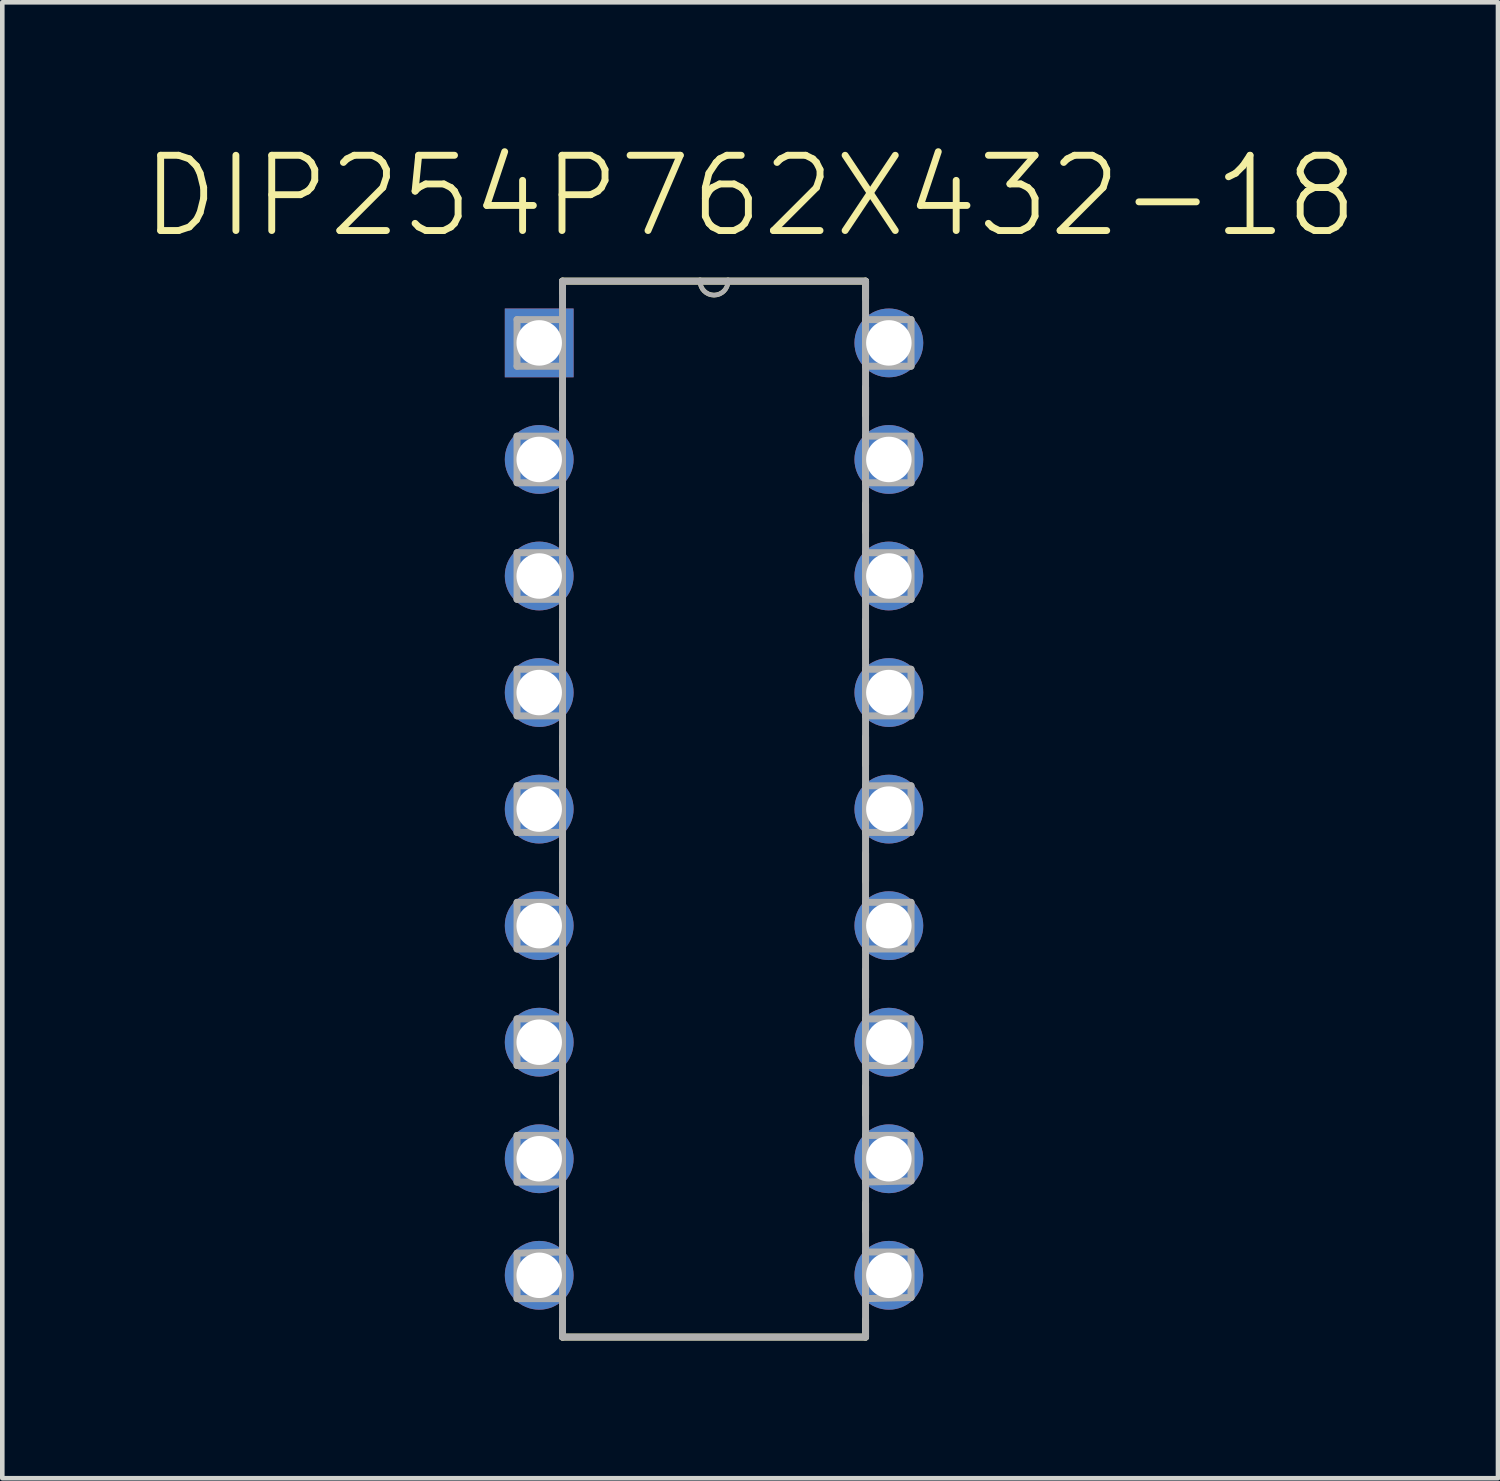
<source format=kicad_pcb>
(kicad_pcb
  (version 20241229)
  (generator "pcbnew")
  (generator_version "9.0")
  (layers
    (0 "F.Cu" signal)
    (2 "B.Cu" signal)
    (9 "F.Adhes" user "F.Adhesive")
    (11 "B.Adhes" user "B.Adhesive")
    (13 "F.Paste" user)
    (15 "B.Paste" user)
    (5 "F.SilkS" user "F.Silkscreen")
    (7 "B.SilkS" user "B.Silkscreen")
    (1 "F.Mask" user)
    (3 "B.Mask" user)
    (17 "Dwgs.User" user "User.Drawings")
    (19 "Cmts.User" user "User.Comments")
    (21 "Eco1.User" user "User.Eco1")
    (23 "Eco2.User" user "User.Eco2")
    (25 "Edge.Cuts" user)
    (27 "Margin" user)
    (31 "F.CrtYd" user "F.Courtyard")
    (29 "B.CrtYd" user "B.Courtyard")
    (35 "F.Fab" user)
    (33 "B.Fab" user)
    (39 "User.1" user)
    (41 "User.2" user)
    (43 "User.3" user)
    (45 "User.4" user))
  (footprint "DIP254P762X432-18"
    (layer "F.Cu")
    (at 16.321 24.743)
    (property "Reference" "DIP254P762X432-18" (at -3.023 -23.52 0) (layer "F.SilkS") (effects (font (size 1.64 1.64) (thickness 0.15))))
    (attr through_hole)
    (fp_line (start -7.112 -21.666) (end -7.112 -21.412) (stroke (width 0.152) (type solid)) (layer "F.SilkS"))
    (fp_line (start -7.112 -19.228) (end -7.112 -18.745) (stroke (width 0.152) (type solid)) (layer "F.SilkS"))
    (fp_line (start -7.112 -16.815) (end -7.112 -16.205) (stroke (width 0.152) (type solid)) (layer "F.SilkS"))
    (fp_line (start -7.112 -14.275) (end -7.112 -13.665) (stroke (width 0.152) (type solid)) (layer "F.SilkS"))
    (fp_line (start -7.112 -11.735) (end -7.112 -11.125) (stroke (width 0.152) (type solid)) (layer "F.SilkS"))
    (fp_line (start -7.112 -9.195) (end -7.112 -8.585) (stroke (width 0.152) (type solid)) (layer "F.SilkS"))
    (fp_line (start -7.112 -6.655) (end -7.112 -6.045) (stroke (width 0.152) (type solid)) (layer "F.SilkS"))
    (fp_line (start -7.112 -4.115) (end -7.112 -3.505) (stroke (width 0.152) (type solid)) (layer "F.SilkS"))
    (fp_line (start -7.112 -1.575) (end -7.112 -0.965) (stroke (width 0.152) (type solid)) (layer "F.SilkS"))
    (fp_line (start -7.112 0.965) (end -7.112 1.346) (stroke (width 0.152) (type solid)) (layer "F.SilkS"))
    (fp_line (start -7.112 1.346) (end -0.508 1.346) (stroke (width 0.152) (type solid)) (layer "F.SilkS"))
    (fp_line (start -4.115 -21.666) (end -7.112 -21.666) (stroke (width 0.152) (type solid)) (layer "F.SilkS"))
    (fp_line (start -3.505 -21.666) (end -4.115 -21.666) (stroke (width 0.152) (type solid)) (layer "F.SilkS"))
    (fp_line (start -0.508 -21.666) (end -3.505 -21.666) (stroke (width 0.152) (type solid)) (layer "F.SilkS"))
    (fp_line (start -0.508 -21.285) (end -0.508 -21.666) (stroke (width 0.152) (type solid)) (layer "F.SilkS"))
    (fp_line (start -0.508 -18.745) (end -0.508 -19.355) (stroke (width 0.152) (type solid)) (layer "F.SilkS"))
    (fp_line (start -0.508 -16.205) (end -0.508 -16.815) (stroke (width 0.152) (type solid)) (layer "F.SilkS"))
    (fp_line (start -0.508 -13.665) (end -0.508 -14.275) (stroke (width 0.152) (type solid)) (layer "F.SilkS"))
    (fp_line (start -0.508 -11.125) (end -0.508 -11.735) (stroke (width 0.152) (type solid)) (layer "F.SilkS"))
    (fp_line (start -0.508 -8.585) (end -0.508 -9.195) (stroke (width 0.152) (type solid)) (layer "F.SilkS"))
    (fp_line (start -0.508 -6.045) (end -0.508 -6.655) (stroke (width 0.152) (type solid)) (layer "F.SilkS"))
    (fp_line (start -0.508 -3.505) (end -0.508 -4.115) (stroke (width 0.152) (type solid)) (layer "F.SilkS"))
    (fp_line (start -0.508 -0.965) (end -0.508 -1.575) (stroke (width 0.152) (type solid)) (layer "F.SilkS"))
    (fp_line (start -0.508 1.346) (end -0.508 0.965) (stroke (width 0.152) (type solid)) (layer "F.SilkS"))
    (fp_arc (start -3.5052 -21.6662) (mid -3.81 -21.3614) (end -4.1148 -21.6662) (stroke (width 0.1) (type solid)) (layer "F.SilkS"))
    (fp_line (start -8.103 -20.828) (end -8.103 -19.812) (stroke (width 0.152) (type solid)) (layer "F.Fab"))
    (fp_line (start -8.103 -19.812) (end -7.112 -19.812) (stroke (width 0.152) (type solid)) (layer "F.Fab"))
    (fp_line (start -8.103 -18.288) (end -8.103 -17.272) (stroke (width 0.152) (type solid)) (layer "F.Fab"))
    (fp_line (start -8.103 -17.272) (end -7.112 -17.272) (stroke (width 0.152) (type solid)) (layer "F.Fab"))
    (fp_line (start -8.103 -15.748) (end -8.103 -14.732) (stroke (width 0.152) (type solid)) (layer "F.Fab"))
    (fp_line (start -8.103 -14.732) (end -7.112 -14.732) (stroke (width 0.152) (type solid)) (layer "F.Fab"))
    (fp_line (start -8.103 -13.208) (end -8.103 -12.192) (stroke (width 0.152) (type solid)) (layer "F.Fab"))
    (fp_line (start -8.103 -12.192) (end -7.112 -12.192) (stroke (width 0.152) (type solid)) (layer "F.Fab"))
    (fp_line (start -8.103 -10.668) (end -8.103 -9.652) (stroke (width 0.152) (type solid)) (layer "F.Fab"))
    (fp_line (start -8.103 -9.652) (end -7.112 -9.652) (stroke (width 0.152) (type solid)) (layer "F.Fab"))
    (fp_line (start -8.103 -8.128) (end -8.103 -7.112) (stroke (width 0.152) (type solid)) (layer "F.Fab"))
    (fp_line (start -8.103 -7.112) (end -7.112 -7.112) (stroke (width 0.152) (type solid)) (layer "F.Fab"))
    (fp_line (start -8.103 -5.588) (end -8.103 -4.572) (stroke (width 0.152) (type solid)) (layer "F.Fab"))
    (fp_line (start -8.103 -4.572) (end -7.112 -4.572) (stroke (width 0.152) (type solid)) (layer "F.Fab"))
    (fp_line (start -8.103 -3.048) (end -8.103 -2.032) (stroke (width 0.152) (type solid)) (layer "F.Fab"))
    (fp_line (start -8.103 -2.032) (end -7.112 -2.032) (stroke (width 0.152) (type solid)) (layer "F.Fab"))
    (fp_line (start -8.103 -0.483) (end -8.103 0.508) (stroke (width 0.152) (type solid)) (layer "F.Fab"))
    (fp_line (start -8.103 0.508) (end -7.112 0.508) (stroke (width 0.152) (type solid)) (layer "F.Fab"))
    (fp_line (start -7.112 -21.666) (end -7.112 1.346) (stroke (width 0.152) (type solid)) (layer "F.Fab"))
    (fp_line (start -7.112 -20.828) (end -8.103 -20.828) (stroke (width 0.152) (type solid)) (layer "F.Fab"))
    (fp_line (start -7.112 -19.812) (end -7.112 -20.828) (stroke (width 0.152) (type solid)) (layer "F.Fab"))
    (fp_line (start -7.112 -18.288) (end -8.103 -18.288) (stroke (width 0.152) (type solid)) (layer "F.Fab"))
    (fp_line (start -7.112 -17.272) (end -7.112 -18.288) (stroke (width 0.152) (type solid)) (layer "F.Fab"))
    (fp_line (start -7.112 -15.748) (end -8.103 -15.748) (stroke (width 0.152) (type solid)) (layer "F.Fab"))
    (fp_line (start -7.112 -14.732) (end -7.112 -15.748) (stroke (width 0.152) (type solid)) (layer "F.Fab"))
    (fp_line (start -7.112 -13.208) (end -8.103 -13.208) (stroke (width 0.152) (type solid)) (layer "F.Fab"))
    (fp_line (start -7.112 -12.192) (end -7.112 -13.208) (stroke (width 0.152) (type solid)) (layer "F.Fab"))
    (fp_line (start -7.112 -10.668) (end -8.103 -10.668) (stroke (width 0.152) (type solid)) (layer "F.Fab"))
    (fp_line (start -7.112 -9.652) (end -7.112 -10.668) (stroke (width 0.152) (type solid)) (layer "F.Fab"))
    (fp_line (start -7.112 -8.128) (end -8.103 -8.128) (stroke (width 0.152) (type solid)) (layer "F.Fab"))
    (fp_line (start -7.112 -7.112) (end -7.112 -8.128) (stroke (width 0.152) (type solid)) (layer "F.Fab"))
    (fp_line (start -7.112 -5.588) (end -8.103 -5.588) (stroke (width 0.152) (type solid)) (layer "F.Fab"))
    (fp_line (start -7.112 -4.572) (end -7.112 -5.588) (stroke (width 0.152) (type solid)) (layer "F.Fab"))
    (fp_line (start -7.112 -3.048) (end -8.103 -3.048) (stroke (width 0.152) (type solid)) (layer "F.Fab"))
    (fp_line (start -7.112 -2.032) (end -7.112 -3.048) (stroke (width 0.152) (type solid)) (layer "F.Fab"))
    (fp_line (start -7.112 -0.508) (end -8.103 -0.483) (stroke (width 0.152) (type solid)) (layer "F.Fab"))
    (fp_line (start -7.112 0.508) (end -7.112 -0.508) (stroke (width 0.152) (type solid)) (layer "F.Fab"))
    (fp_line (start -7.112 1.346) (end -0.508 1.346) (stroke (width 0.152) (type solid)) (layer "F.Fab"))
    (fp_line (start -4.115 -21.666) (end -7.112 -21.666) (stroke (width 0.152) (type solid)) (layer "F.Fab"))
    (fp_line (start -3.505 -21.666) (end -4.115 -21.666) (stroke (width 0.152) (type solid)) (layer "F.Fab"))
    (fp_line (start -0.508 -21.666) (end -3.505 -21.666) (stroke (width 0.152) (type solid)) (layer "F.Fab"))
    (fp_line (start -0.508 -20.828) (end -0.508 -19.812) (stroke (width 0.152) (type solid)) (layer "F.Fab"))
    (fp_line (start -0.508 -19.812) (end 0.483 -19.812) (stroke (width 0.152) (type solid)) (layer "F.Fab"))
    (fp_line (start -0.508 -18.288) (end -0.508 -17.272) (stroke (width 0.152) (type solid)) (layer "F.Fab"))
    (fp_line (start -0.508 -17.272) (end 0.483 -17.272) (stroke (width 0.152) (type solid)) (layer "F.Fab"))
    (fp_line (start -0.508 -15.748) (end -0.508 -14.732) (stroke (width 0.152) (type solid)) (layer "F.Fab"))
    (fp_line (start -0.508 -14.732) (end 0.483 -14.732) (stroke (width 0.152) (type solid)) (layer "F.Fab"))
    (fp_line (start -0.508 -13.208) (end -0.508 -12.192) (stroke (width 0.152) (type solid)) (layer "F.Fab"))
    (fp_line (start -0.508 -12.192) (end 0.483 -12.192) (stroke (width 0.152) (type solid)) (layer "F.Fab"))
    (fp_line (start -0.508 -10.668) (end -0.508 -9.652) (stroke (width 0.152) (type solid)) (layer "F.Fab"))
    (fp_line (start -0.508 -9.652) (end 0.483 -9.652) (stroke (width 0.152) (type solid)) (layer "F.Fab"))
    (fp_line (start -0.508 -8.128) (end -0.508 -7.112) (stroke (width 0.152) (type solid)) (layer "F.Fab"))
    (fp_line (start -0.508 -7.112) (end 0.483 -7.112) (stroke (width 0.152) (type solid)) (layer "F.Fab"))
    (fp_line (start -0.508 -5.588) (end -0.508 -4.572) (stroke (width 0.152) (type solid)) (layer "F.Fab"))
    (fp_line (start -0.508 -4.572) (end 0.483 -4.572) (stroke (width 0.152) (type solid)) (layer "F.Fab"))
    (fp_line (start -0.508 -3.048) (end -0.508 -2.032) (stroke (width 0.152) (type solid)) (layer "F.Fab"))
    (fp_line (start -0.508 -2.032) (end 0.483 -2.057) (stroke (width 0.152) (type solid)) (layer "F.Fab"))
    (fp_line (start -0.508 -0.508) (end -0.508 0.508) (stroke (width 0.152) (type solid)) (layer "F.Fab"))
    (fp_line (start -0.508 0.508) (end 0.483 0.483) (stroke (width 0.152) (type solid)) (layer "F.Fab"))
    (fp_line (start -0.508 1.346) (end -0.508 -21.666) (stroke (width 0.152) (type solid)) (layer "F.Fab"))
    (fp_line (start 0.483 -20.828) (end -0.508 -20.828) (stroke (width 0.152) (type solid)) (layer "F.Fab"))
    (fp_line (start 0.483 -19.812) (end 0.483 -20.828) (stroke (width 0.152) (type solid)) (layer "F.Fab"))
    (fp_line (start 0.483 -18.288) (end -0.508 -18.288) (stroke (width 0.152) (type solid)) (layer "F.Fab"))
    (fp_line (start 0.483 -17.272) (end 0.483 -18.288) (stroke (width 0.152) (type solid)) (layer "F.Fab"))
    (fp_line (start 0.483 -15.748) (end -0.508 -15.748) (stroke (width 0.152) (type solid)) (layer "F.Fab"))
    (fp_line (start 0.483 -14.732) (end 0.483 -15.748) (stroke (width 0.152) (type solid)) (layer "F.Fab"))
    (fp_line (start 0.483 -13.208) (end -0.508 -13.208) (stroke (width 0.152) (type solid)) (layer "F.Fab"))
    (fp_line (start 0.483 -12.192) (end 0.483 -13.208) (stroke (width 0.152) (type solid)) (layer "F.Fab"))
    (fp_line (start 0.483 -10.668) (end -0.508 -10.668) (stroke (width 0.152) (type solid)) (layer "F.Fab"))
    (fp_line (start 0.483 -9.652) (end 0.483 -10.668) (stroke (width 0.152) (type solid)) (layer "F.Fab"))
    (fp_line (start 0.483 -8.128) (end -0.508 -8.128) (stroke (width 0.152) (type solid)) (layer "F.Fab"))
    (fp_line (start 0.483 -7.112) (end 0.483 -8.128) (stroke (width 0.152) (type solid)) (layer "F.Fab"))
    (fp_line (start 0.483 -5.588) (end -0.508 -5.588) (stroke (width 0.152) (type solid)) (layer "F.Fab"))
    (fp_line (start 0.483 -4.572) (end 0.483 -5.588) (stroke (width 0.152) (type solid)) (layer "F.Fab"))
    (fp_line (start 0.483 -3.048) (end -0.508 -3.048) (stroke (width 0.152) (type solid)) (layer "F.Fab"))
    (fp_line (start 0.483 -2.057) (end 0.483 -3.048) (stroke (width 0.152) (type solid)) (layer "F.Fab"))
    (fp_line (start 0.483 -0.508) (end -0.508 -0.508) (stroke (width 0.152) (type solid)) (layer "F.Fab"))
    (fp_line (start 0.483 0.483) (end 0.483 -0.508) (stroke (width 0.152) (type solid)) (layer "F.Fab"))
    (fp_arc (start -3.5052 -21.6662) (mid -3.81 -21.3614) (end -4.1148 -21.6662) (stroke (width 0.1) (type solid)) (layer "F.Fab"))
    (pad "1" thru_hole rect (at -7.62 -20.32) (size 1.499 1.499) (drill 0.991) (layers "*.Cu" "*.Mask"))
    (pad "2" thru_hole circle (at -7.62 -17.78) (size 1.499 1.499) (drill 0.991) (layers "*.Cu" "*.Mask"))
    (pad "3" thru_hole circle (at -7.62 -15.24) (size 1.499 1.499) (drill 0.991) (layers "*.Cu" "*.Mask"))
    (pad "4" thru_hole circle (at -7.62 -12.7) (size 1.499 1.499) (drill 0.991) (layers "*.Cu" "*.Mask"))
    (pad "5" thru_hole circle (at -7.62 -10.16) (size 1.499 1.499) (drill 0.991) (layers "*.Cu" "*.Mask"))
    (pad "6" thru_hole circle (at -7.62 -7.62) (size 1.499 1.499) (drill 0.991) (layers "*.Cu" "*.Mask"))
    (pad "7" thru_hole circle (at -7.62 -5.08) (size 1.499 1.499) (drill 0.991) (layers "*.Cu" "*.Mask"))
    (pad "8" thru_hole circle (at -7.62 -2.54) (size 1.499 1.499) (drill 0.991) (layers "*.Cu" "*.Mask"))
    (pad "9" thru_hole circle (at -7.62 0) (size 1.499 1.499) (drill 0.991) (layers "*.Cu" "*.Mask"))
    (pad "10" thru_hole circle (at 0 0) (size 1.499 1.499) (drill 0.991) (layers "*.Cu" "*.Mask"))
    (pad "11" thru_hole circle (at 0 -2.54) (size 1.499 1.499) (drill 0.991) (layers "*.Cu" "*.Mask"))
    (pad "12" thru_hole circle (at 0 -5.08) (size 1.499 1.499) (drill 0.991) (layers "*.Cu" "*.Mask"))
    (pad "13" thru_hole circle (at 0 -7.62) (size 1.499 1.499) (drill 0.991) (layers "*.Cu" "*.Mask"))
    (pad "14" thru_hole circle (at 0 -10.16) (size 1.499 1.499) (drill 0.991) (layers "*.Cu" "*.Mask"))
    (pad "15" thru_hole circle (at 0 -12.7) (size 1.499 1.499) (drill 0.991) (layers "*.Cu" "*.Mask"))
    (pad "16" thru_hole circle (at 0 -15.24) (size 1.499 1.499) (drill 0.991) (layers "*.Cu" "*.Mask"))
    (pad "17" thru_hole circle (at 0 -17.78) (size 1.499 1.499) (drill 0.991) (layers "*.Cu" "*.Mask"))
    (pad "18" thru_hole circle (at 0 -20.32) (size 1.499 1.499) (drill 0.991) (layers "*.Cu" "*.Mask")))
  (gr_rect
    (start -3 -3)
    (end 29.596 29.165)
    (stroke (width 0.1) (type default))
    (fill no)
    (layer "Edge.Cuts")))
</source>
